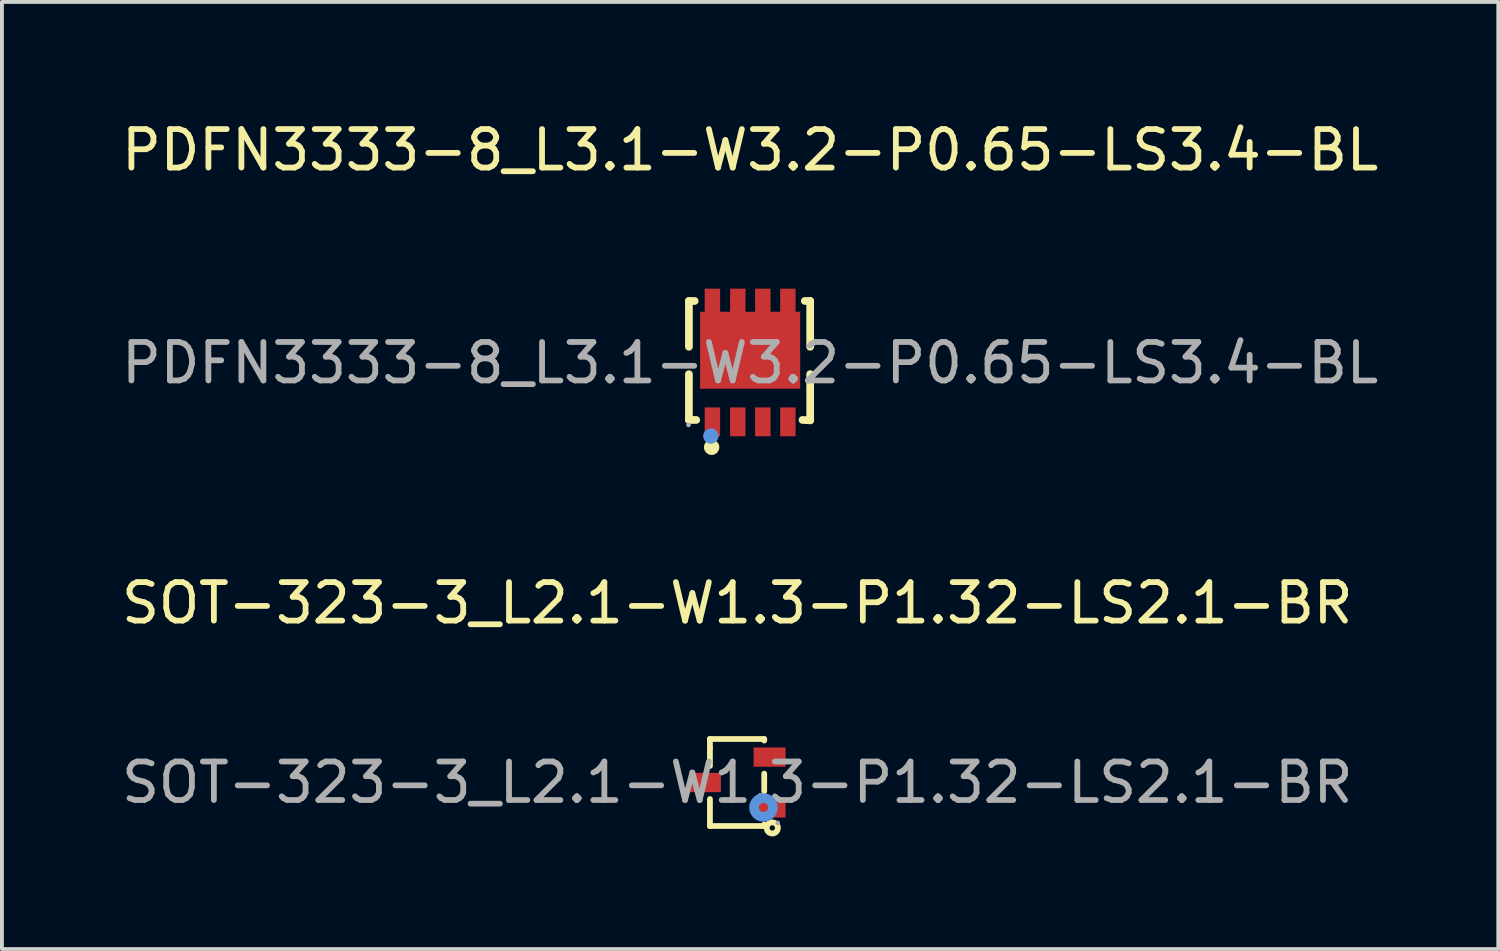
<source format=kicad_pcb>
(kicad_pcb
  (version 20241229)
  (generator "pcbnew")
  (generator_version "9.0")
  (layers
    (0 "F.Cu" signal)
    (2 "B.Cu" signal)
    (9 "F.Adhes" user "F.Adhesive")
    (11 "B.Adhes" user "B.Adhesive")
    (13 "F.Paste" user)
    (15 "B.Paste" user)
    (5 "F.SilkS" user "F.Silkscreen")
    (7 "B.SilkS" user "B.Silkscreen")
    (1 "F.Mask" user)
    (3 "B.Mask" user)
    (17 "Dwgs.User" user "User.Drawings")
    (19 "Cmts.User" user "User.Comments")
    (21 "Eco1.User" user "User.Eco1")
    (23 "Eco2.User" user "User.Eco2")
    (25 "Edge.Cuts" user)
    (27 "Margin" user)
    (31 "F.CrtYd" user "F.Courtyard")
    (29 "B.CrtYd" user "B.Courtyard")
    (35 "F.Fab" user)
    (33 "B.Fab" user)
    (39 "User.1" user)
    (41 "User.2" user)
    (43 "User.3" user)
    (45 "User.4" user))
  (footprint "PDFN3333-8_L3.1-W3.2-P0.65-LS3.4-BL"
    (layer "F.Cu")
    (at 16.435 6.378)
    (property "Reference" "PDFN3333-8_L3.1-W3.2-P0.65-LS3.4-BL" (at 0 -5.53 0) (layer "F.SilkS") (effects (font (size 1 1) (thickness 0.15))))
    (attr smd)
    (fp_line (start -1.59 -1.61) (end -1.44 -1.61) (stroke (width 0.2) (type solid)) (layer "F.SilkS"))
    (fp_line (start -1.59 -0.42) (end -1.59 -1.61) (stroke (width 0.2) (type solid)) (layer "F.SilkS"))
    (fp_line (start -1.59 1.48) (end -1.59 0.29) (stroke (width 0.2) (type solid)) (layer "F.SilkS"))
    (fp_line (start -1.59 1.48) (end -1.4 1.48) (stroke (width 0.2) (type solid)) (layer "F.SilkS"))
    (fp_line (start 1.36 1.48) (end 1.56 1.49) (stroke (width 0.2) (type solid)) (layer "F.SilkS"))
    (fp_line (start 1.42 -1.61) (end 1.56 -1.61) (stroke (width 0.2) (type solid)) (layer "F.SilkS"))
    (fp_line (start 1.56 -1.61) (end 1.56 -0.42) (stroke (width 0.2) (type solid)) (layer "F.SilkS"))
    (fp_line (start 1.56 0.29) (end 1.56 1.49) (stroke (width 0.2) (type solid)) (layer "F.SilkS"))
    (fp_circle (center -1 2.19) (end -0.9 2.19) (stroke (width 0.2) (type solid)) (fill no) (layer "F.SilkS"))
    (fp_circle (center -1.02 1.9) (end -0.92 1.9) (stroke (width 0.2) (type solid)) (fill no) (layer "Cmts.User"))
    (fp_circle (center -1.6 1.61) (end -1.57 1.61) (stroke (width 0.06) (type solid)) (fill no) (layer "F.Fab"))
    (fp_text user "${REFERENCE}" (at 0 0 0) (layer "F.Fab") (effects (font (size 1 1) (thickness 0.15))))
    (pad "1" smd rect (at -0.98 1.53 180) (size 0.4 0.75) (layers "F.Cu" "F.Mask" "F.Paste"))
    (pad "2" smd rect (at -0.32 1.53 180) (size 0.4 0.75) (layers "F.Cu" "F.Mask" "F.Paste"))
    (pad "3" smd rect (at 0.33 1.53 180) (size 0.4 0.75) (layers "F.Cu" "F.Mask" "F.Paste"))
    (pad "4" smd rect (at 0.98 1.53 180) (size 0.4 0.75) (layers "F.Cu" "F.Mask" "F.Paste"))
    (pad "5" smd rect (at 0.98 -1.53 180) (size 0.4 0.8) (layers "F.Cu" "F.Mask" "F.Paste"))
    (pad "6" smd rect (at 0.33 -1.53 180) (size 0.4 0.8) (layers "F.Cu" "F.Mask" "F.Paste"))
    (pad "7" smd rect (at -0.32 -1.53 180) (size 0.4 0.8) (layers "F.Cu" "F.Mask" "F.Paste"))
    (pad "8" smd rect (at -0.98 -1.53 180) (size 0.4 0.8) (layers "F.Cu" "F.Mask" "F.Paste"))
    (pad "9" smd rect (at 0 -0.33) (size 2.6 2) (layers "F.Cu" "F.Mask" "F.Paste")))
  (footprint "SOT-323-3_L2.1-W1.3-P1.32-LS2.1-BR"
    (layer "F.Cu")
    (at 16.101 17.276)
    (property "Reference" "SOT-323-3_L2.1-W1.3-P1.32-LS2.1-BR" (at 0 -4.66 0) (layer "F.SilkS") (effects (font (size 1 1) (thickness 0.15))))
    (attr through_hole)
    (fp_line (start -0.71 -1.13) (end -0.71 -0.9) (stroke (width 0.15) (type solid)) (layer "F.SilkS"))
    (fp_line (start -0.71 -0.43) (end -0.71 -0.9) (stroke (width 0.15) (type solid)) (layer "F.SilkS"))
    (fp_line (start -0.71 1.13) (end -0.71 0.43) (stroke (width 0.15) (type solid)) (layer "F.SilkS"))
    (fp_line (start 0.7 -1.13) (end -0.71 -1.13) (stroke (width 0.15) (type solid)) (layer "F.SilkS"))
    (fp_line (start 0.7 -1.13) (end 0.7 -1.09) (stroke (width 0.15) (type solid)) (layer "F.SilkS"))
    (fp_line (start 0.7 -0.23) (end 0.7 0.23) (stroke (width 0.15) (type solid)) (layer "F.SilkS"))
    (fp_line (start 0.7 1.09) (end 0.7 1.13) (stroke (width 0.15) (type solid)) (layer "F.SilkS"))
    (fp_line (start 0.7 1.13) (end -0.71 1.13) (stroke (width 0.15) (type solid)) (layer "F.SilkS"))
    (fp_circle (center 0.91 1.18) (end 0.98 1.18) (stroke (width 0.15) (type solid)) (fill no) (layer "F.SilkS"))
    (fp_circle (center 0.68 0.65) (end 0.8 0.65) (stroke (width 0.25) (type solid)) (fill no) (layer "Cmts.User"))
    (fp_circle (center 1.05 1.05) (end 1.08 1.05) (stroke (width 0.06) (type solid)) (fill no) (layer "F.Fab"))
    (fp_text user "${REFERENCE}" (at 0 0 0) (layer "F.Fab") (effects (font (size 1 1) (thickness 0.15))))
    (pad "1" smd rect (at 0.84 0.66 90) (size 0.5 0.83) (layers "F.Cu" "F.Mask" "F.Paste"))
    (pad "2" smd rect (at 0.84 -0.66 90) (size 0.5 0.83) (layers "F.Cu" "F.Mask" "F.Paste"))
    (pad "3" smd rect (at -0.84 0 90) (size 0.5 0.83) (layers "F.Cu" "F.Mask" "F.Paste")))
  (gr_rect
    (start -3 -3)
    (end 35.869 21.602)
    (stroke (width 0.1) (type default))
    (fill no)
    (layer "Edge.Cuts")))
</source>
